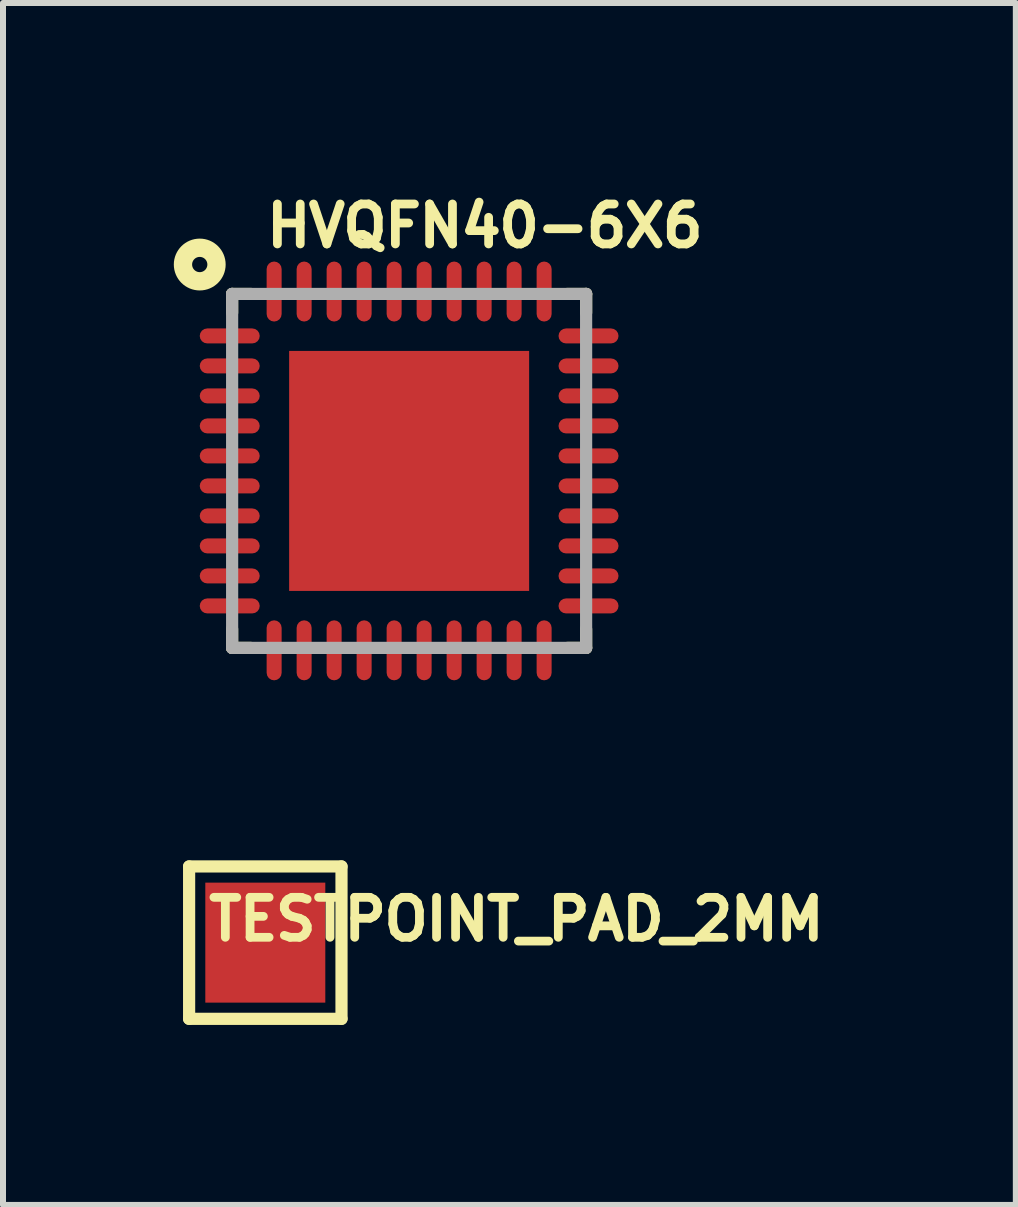
<source format=kicad_pcb>
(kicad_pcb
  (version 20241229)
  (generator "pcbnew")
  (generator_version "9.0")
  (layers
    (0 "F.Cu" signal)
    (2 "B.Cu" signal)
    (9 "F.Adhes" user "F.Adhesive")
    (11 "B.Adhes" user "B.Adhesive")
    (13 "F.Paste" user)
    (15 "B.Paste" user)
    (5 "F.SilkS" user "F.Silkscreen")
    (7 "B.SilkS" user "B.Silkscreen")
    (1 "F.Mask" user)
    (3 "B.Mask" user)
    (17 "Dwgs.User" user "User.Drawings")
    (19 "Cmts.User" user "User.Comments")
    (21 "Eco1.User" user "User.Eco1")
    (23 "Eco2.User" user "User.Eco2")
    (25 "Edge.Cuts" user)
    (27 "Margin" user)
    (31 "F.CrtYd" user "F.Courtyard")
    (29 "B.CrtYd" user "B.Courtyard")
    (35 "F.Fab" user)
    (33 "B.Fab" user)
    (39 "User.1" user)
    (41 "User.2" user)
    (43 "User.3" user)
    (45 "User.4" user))
  (footprint "TESTPOINT_PAD_2MM"
    (layer "F.Cu")
    (at 1.372 12.661)
    (property "Reference" "TESTPOINT_PAD_2MM" (at -1.016 0 0) (layer "F.SilkS") (effects (font (size 0.666 0.666) (thickness 0.146)) (justify left bottom)))
    (fp_line (start -1.27 -1.27) (end 1.27 -1.27) (stroke (width 0.203) (type solid)) (layer "F.SilkS"))
    (fp_line (start -1.27 1.27) (end -1.27 -1.27) (stroke (width 0.203) (type solid)) (layer "F.SilkS"))
    (fp_line (start 1.27 -1.27) (end 1.27 1.27) (stroke (width 0.203) (type solid)) (layer "F.SilkS"))
    (fp_line (start 1.27 1.27) (end -1.27 1.27) (stroke (width 0.203) (type solid)) (layer "F.SilkS"))
    (pad "P$1" smd rect (at 0 0) (size 2 2) (layers "F.Cu" "F.Mask")))
  (footprint "HVQFN40-6X6"
    (layer "F.Cu")
    (at 3.769 4.799)
    (property "Reference" "HVQFN40-6X6" (at -2.45 -3.694 0) (layer "F.SilkS") (effects (font (size 0.666 0.666) (thickness 0.146)) (justify left bottom)))
    (fp_line (start -2.95 -2.95) (end -2.95 -2.638) (stroke (width 0.203) (type solid)) (layer "F.SilkS"))
    (fp_line (start -2.95 -2.95) (end -2.638 -2.95) (stroke (width 0.203) (type solid)) (layer "F.SilkS"))
    (fp_line (start -2.95 2.638) (end -2.95 2.95) (stroke (width 0.203) (type solid)) (layer "F.SilkS"))
    (fp_line (start -2.95 2.95) (end -2.638 2.95) (stroke (width 0.203) (type solid)) (layer "F.SilkS"))
    (fp_line (start 2.638 -2.95) (end 2.95 -2.95) (stroke (width 0.203) (type solid)) (layer "F.SilkS"))
    (fp_line (start 2.638 2.95) (end 2.95 2.95) (stroke (width 0.203) (type solid)) (layer "F.SilkS"))
    (fp_line (start 2.95 -2.638) (end 2.95 -2.95) (stroke (width 0.203) (type solid)) (layer "F.SilkS"))
    (fp_line (start 2.95 2.95) (end 2.95 2.638) (stroke (width 0.203) (type solid)) (layer "F.SilkS"))
    (fp_circle (center -3.49 -3.44) (end -3.363 -3.44) (stroke (width 0.305) (type solid)) (fill no) (layer "F.SilkS"))
    (fp_poly (pts (xy -1.8 -0.8) (xy -0.8 -0.8) (xy -0.8 -1.8) (xy -1.8 -1.8)) (stroke (width 0) (type solid)) (fill yes) (layer "F.Paste"))
    (fp_poly (pts (xy -1.8 0.5) (xy -0.8 0.5) (xy -0.8 -0.5) (xy -1.8 -0.5)) (stroke (width 0) (type solid)) (fill yes) (layer "F.Paste"))
    (fp_poly (pts (xy -1.8 1.8) (xy -0.8 1.8) (xy -0.8 0.8) (xy -1.8 0.8)) (stroke (width 0) (type solid)) (fill yes) (layer "F.Paste"))
    (fp_poly (pts (xy -0.5 -0.8) (xy 0.5 -0.8) (xy 0.5 -1.8) (xy -0.5 -1.8)) (stroke (width 0) (type solid)) (fill yes) (layer "F.Paste"))
    (fp_poly (pts (xy -0.5 0.5) (xy 0.5 0.5) (xy 0.5 -0.5) (xy -0.5 -0.5)) (stroke (width 0) (type solid)) (fill yes) (layer "F.Paste"))
    (fp_poly (pts (xy -0.5 1.8) (xy 0.5 1.8) (xy 0.5 0.8) (xy -0.5 0.8)) (stroke (width 0) (type solid)) (fill yes) (layer "F.Paste"))
    (fp_poly (pts (xy 0.8 -0.8) (xy 1.8 -0.8) (xy 1.8 -1.8) (xy 0.8 -1.8)) (stroke (width 0) (type solid)) (fill yes) (layer "F.Paste"))
    (fp_poly (pts (xy 0.8 0.5) (xy 1.8 0.5) (xy 1.8 -0.5) (xy 0.8 -0.5)) (stroke (width 0) (type solid)) (fill yes) (layer "F.Paste"))
    (fp_poly (pts (xy 0.8 1.8) (xy 1.8 1.8) (xy 1.8 0.8) (xy 0.8 0.8)) (stroke (width 0) (type solid)) (fill yes) (layer "F.Paste"))
    (fp_line (start -2.95 -2.95) (end -2.95 2.95) (stroke (width 0.203) (type solid)) (layer "F.Fab"))
    (fp_line (start -2.95 -2.95) (end 2.95 -2.95) (stroke (width 0.203) (type solid)) (layer "F.Fab"))
    (fp_line (start -2.95 2.95) (end 2.95 2.95) (stroke (width 0.203) (type solid)) (layer "F.Fab"))
    (fp_line (start 2.95 2.95) (end 2.95 -2.95) (stroke (width 0.203) (type solid)) (layer "F.Fab"))
    (pad "1" smd roundrect (at -2.99 -2.25 90) (size 0.25 1) (layers "F.Cu" "F.Mask" "F.Paste") (roundrect_rratio 0.5))
    (pad "2" smd roundrect (at -2.99 -1.75 90) (size 0.25 1) (layers "F.Cu" "F.Mask" "F.Paste") (roundrect_rratio 0.5))
    (pad "3" smd roundrect (at -2.99 -1.25 90) (size 0.25 1) (layers "F.Cu" "F.Mask" "F.Paste") (roundrect_rratio 0.5))
    (pad "4" smd roundrect (at -2.99 -0.75 90) (size 0.25 1) (layers "F.Cu" "F.Mask" "F.Paste") (roundrect_rratio 0.5))
    (pad "5" smd roundrect (at -2.99 -0.25 90) (size 0.25 1) (layers "F.Cu" "F.Mask" "F.Paste") (roundrect_rratio 0.5))
    (pad "6" smd roundrect (at -2.99 0.25 90) (size 0.25 1) (layers "F.Cu" "F.Mask" "F.Paste") (roundrect_rratio 0.5))
    (pad "7" smd roundrect (at -2.99 0.75 90) (size 0.25 1) (layers "F.Cu" "F.Mask" "F.Paste") (roundrect_rratio 0.5))
    (pad "8" smd roundrect (at -2.99 1.25 90) (size 0.25 1) (layers "F.Cu" "F.Mask" "F.Paste") (roundrect_rratio 0.5))
    (pad "9" smd roundrect (at -2.99 1.75 90) (size 0.25 1) (layers "F.Cu" "F.Mask" "F.Paste") (roundrect_rratio 0.5))
    (pad "10" smd roundrect (at -2.99 2.25 90) (size 0.25 1) (layers "F.Cu" "F.Mask" "F.Paste") (roundrect_rratio 0.5))
    (pad "11" smd roundrect (at -2.25 2.99 180) (size 0.25 1) (layers "F.Cu" "F.Mask" "F.Paste") (roundrect_rratio 0.5))
    (pad "12" smd roundrect (at -1.75 2.99 180) (size 0.25 1) (layers "F.Cu" "F.Mask" "F.Paste") (roundrect_rratio 0.5))
    (pad "13" smd roundrect (at -1.25 2.99 180) (size 0.25 1) (layers "F.Cu" "F.Mask" "F.Paste") (roundrect_rratio 0.5))
    (pad "14" smd roundrect (at -0.75 2.99 180) (size 0.25 1) (layers "F.Cu" "F.Mask" "F.Paste") (roundrect_rratio 0.5))
    (pad "15" smd roundrect (at -0.25 2.99 180) (size 0.25 1) (layers "F.Cu" "F.Mask" "F.Paste") (roundrect_rratio 0.5))
    (pad "16" smd roundrect (at 0.25 2.99 180) (size 0.25 1) (layers "F.Cu" "F.Mask" "F.Paste") (roundrect_rratio 0.5))
    (pad "17" smd roundrect (at 0.75 2.99 180) (size 0.25 1) (layers "F.Cu" "F.Mask" "F.Paste") (roundrect_rratio 0.5))
    (pad "18" smd roundrect (at 1.25 2.99 180) (size 0.25 1) (layers "F.Cu" "F.Mask" "F.Paste") (roundrect_rratio 0.5))
    (pad "19" smd roundrect (at 1.75 2.99 180) (size 0.25 1) (layers "F.Cu" "F.Mask" "F.Paste") (roundrect_rratio 0.5))
    (pad "20" smd roundrect (at 2.25 2.99 180) (size 0.25 1) (layers "F.Cu" "F.Mask" "F.Paste") (roundrect_rratio 0.5))
    (pad "21" smd roundrect (at 2.99 2.25 270) (size 0.25 1) (layers "F.Cu" "F.Mask" "F.Paste") (roundrect_rratio 0.5))
    (pad "22" smd roundrect (at 2.99 1.75 270) (size 0.25 1) (layers "F.Cu" "F.Mask" "F.Paste") (roundrect_rratio 0.5))
    (pad "23" smd roundrect (at 2.99 1.25 270) (size 0.25 1) (layers "F.Cu" "F.Mask" "F.Paste") (roundrect_rratio 0.5))
    (pad "24" smd roundrect (at 2.99 0.75 270) (size 0.25 1) (layers "F.Cu" "F.Mask" "F.Paste") (roundrect_rratio 0.5))
    (pad "25" smd roundrect (at 2.99 0.25 270) (size 0.25 1) (layers "F.Cu" "F.Mask" "F.Paste") (roundrect_rratio 0.5))
    (pad "26" smd roundrect (at 2.99 -0.25 270) (size 0.25 1) (layers "F.Cu" "F.Mask" "F.Paste") (roundrect_rratio 0.5))
    (pad "27" smd roundrect (at 2.99 -0.75 270) (size 0.25 1) (layers "F.Cu" "F.Mask" "F.Paste") (roundrect_rratio 0.5))
    (pad "28" smd roundrect (at 2.99 -1.25 270) (size 0.25 1) (layers "F.Cu" "F.Mask" "F.Paste") (roundrect_rratio 0.5))
    (pad "29" smd roundrect (at 2.99 -1.75 270) (size 0.25 1) (layers "F.Cu" "F.Mask" "F.Paste") (roundrect_rratio 0.5))
    (pad "30" smd roundrect (at 2.99 -2.25 270) (size 0.25 1) (layers "F.Cu" "F.Mask" "F.Paste") (roundrect_rratio 0.5))
    (pad "31" smd roundrect (at 2.25 -2.99) (size 0.25 1) (layers "F.Cu" "F.Mask" "F.Paste") (roundrect_rratio 0.5))
    (pad "32" smd roundrect (at 1.75 -2.99) (size 0.25 1) (layers "F.Cu" "F.Mask" "F.Paste") (roundrect_rratio 0.5))
    (pad "33" smd roundrect (at 1.25 -2.99) (size 0.25 1) (layers "F.Cu" "F.Mask" "F.Paste") (roundrect_rratio 0.5))
    (pad "34" smd roundrect (at 0.75 -2.99) (size 0.25 1) (layers "F.Cu" "F.Mask" "F.Paste") (roundrect_rratio 0.5))
    (pad "35" smd roundrect (at 0.25 -2.99) (size 0.25 1) (layers "F.Cu" "F.Mask" "F.Paste") (roundrect_rratio 0.5))
    (pad "36" smd roundrect (at -0.25 -2.99) (size 0.25 1) (layers "F.Cu" "F.Mask" "F.Paste") (roundrect_rratio 0.5))
    (pad "37" smd roundrect (at -0.75 -2.99) (size 0.25 1) (layers "F.Cu" "F.Mask" "F.Paste") (roundrect_rratio 0.5))
    (pad "38" smd roundrect (at -1.25 -2.99) (size 0.25 1) (layers "F.Cu" "F.Mask" "F.Paste") (roundrect_rratio 0.5))
    (pad "39" smd roundrect (at -1.75 -2.99) (size 0.25 1) (layers "F.Cu" "F.Mask" "F.Paste") (roundrect_rratio 0.5))
    (pad "40" smd roundrect (at -2.25 -2.99) (size 0.25 1) (layers "F.Cu" "F.Mask" "F.Paste") (roundrect_rratio 0.5))
    (pad "TP" smd rect (at 0 0) (size 4 4) (layers "F.Cu" "F.Mask")))
  (gr_rect
    (start -3 -3)
    (end 13.881 17.033)
    (stroke (width 0.1) (type default))
    (fill no)
    (layer "Edge.Cuts")))
</source>
